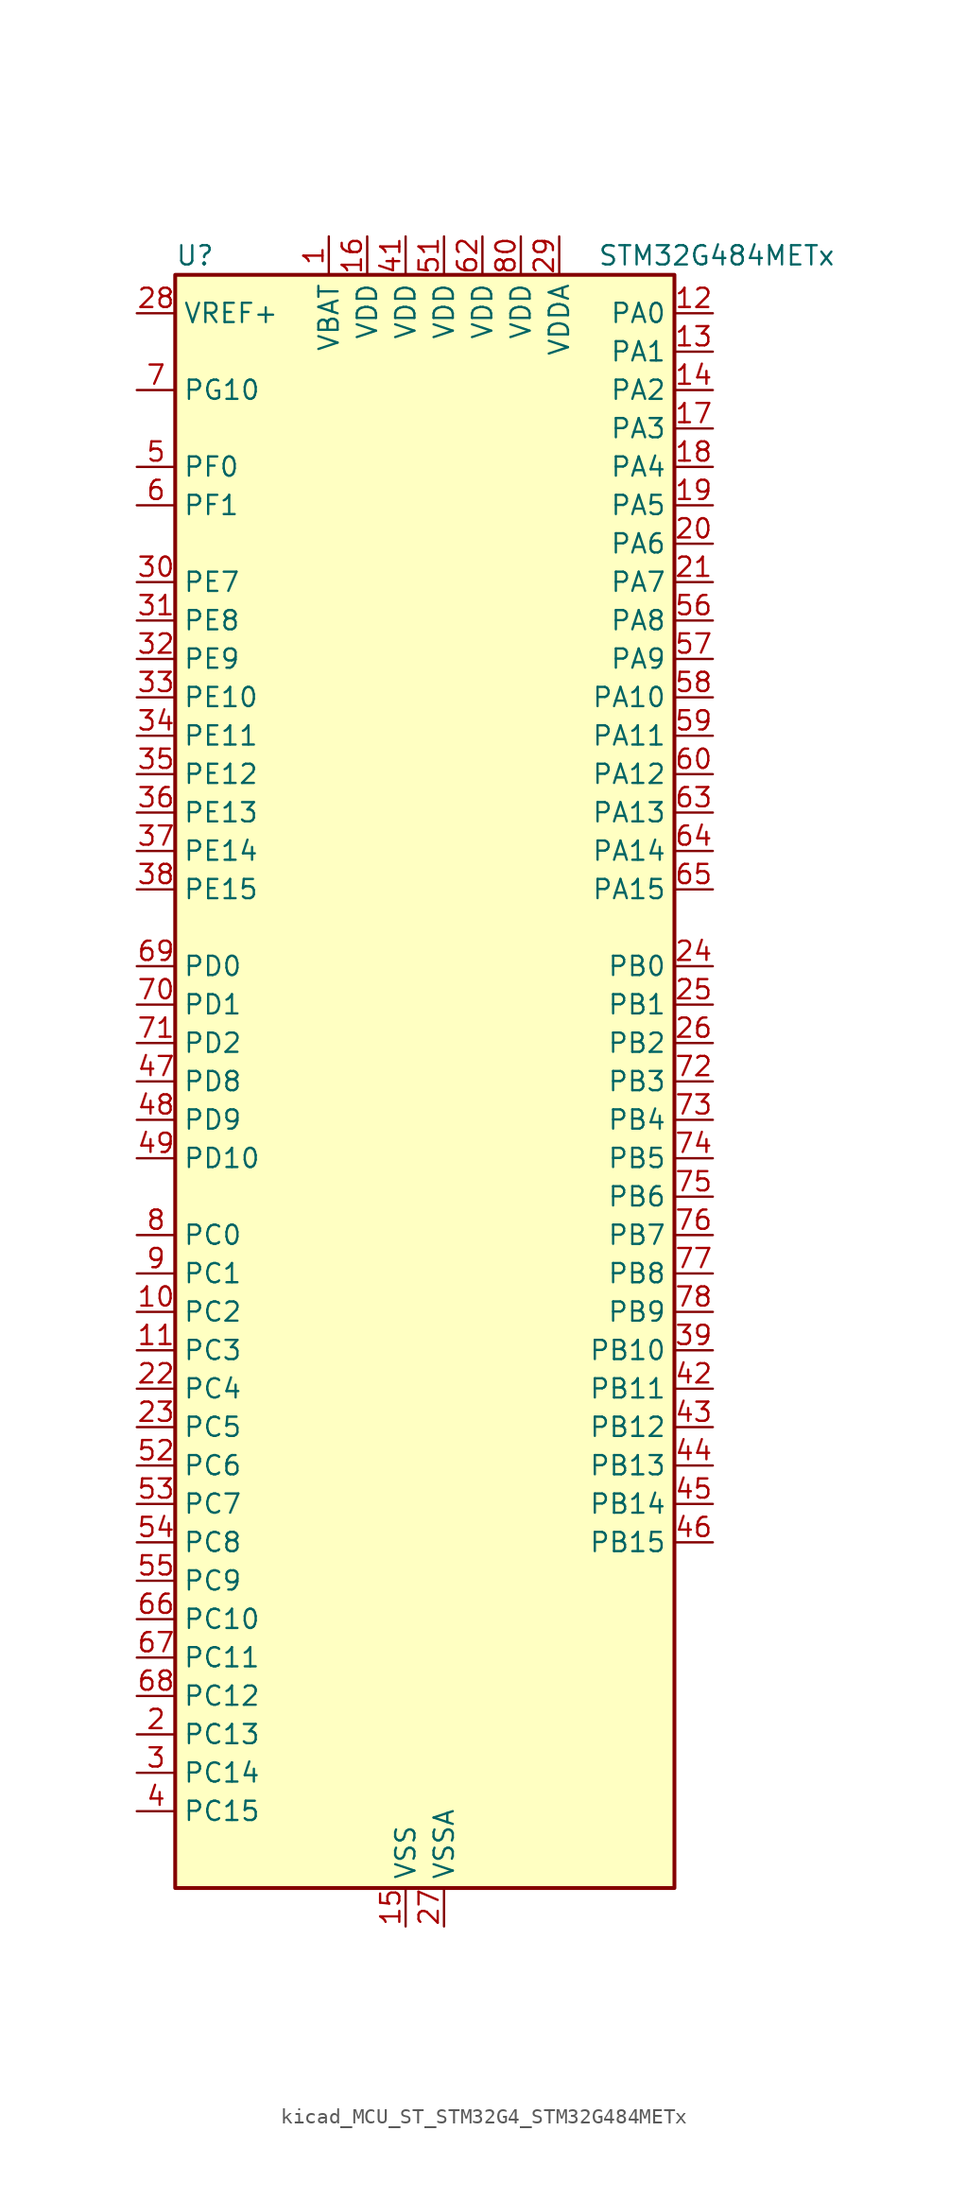
<source format=kicad_sym>
(kicad_symbol_lib
  (version 20220914)
  (generator kicad_symbol_editor)
  (symbol "kicad_MCU_ST_STM32G4_STM32G484METx"
    (property "Reference" "U"
      (at -15.24 54.61 0)
      (effects (font (size 1.27 1.27)) (justify left)))
    (property "Value" "STM32G484METx"
      (at 12.7 54.61 0)
      (effects (font (size 1.27 1.27)) (justify left)))
    (property "ki_locked" ""
      (at 0 0 0)
      (effects (font (size 1.27 1.27))))
    (symbol "kicad_MCU_ST_STM32G4_STM32G484METx_0_1"
      (rectangle (start -15.24 -53.34) (end 17.78 53.34) (stroke (width 0.254) (type default)) (fill (type background))))
    (symbol "kicad_MCU_ST_STM32G4_STM32G484METx_1_1"
      (pin power_in line (at -5.08 55.88 270) (length 2.54) (name "VBAT" (effects (font (size 1.27 1.27)))) (number "1" (effects (font (size 1.27 1.27)))))
      (pin bidirectional line (at -17.78 -15.24 0) (length 2.54) (name "PC2" (effects (font (size 1.27 1.27)))) (number "10" (effects (font (size 1.27 1.27)))) (alternate "ADC1_IN8" bidirectional line) (alternate "ADC2_IN8" bidirectional line) (alternate "ADC3_EXTI2" bidirectional line) (alternate "ADC4_EXTI2" bidirectional line) (alternate "ADC5_EXTI2" bidirectional line) (alternate "COMP3_OUT" bidirectional line) (alternate "LPTIM1_IN2" bidirectional line) (alternate "QUADSPI1_BK2_IO1" bidirectional line) (alternate "TIM1_CH3" bidirectional line) (alternate "TIM20_CH2" bidirectional line))
      (pin bidirectional line (at -17.78 -17.78 0) (length 2.54) (name "PC3" (effects (font (size 1.27 1.27)))) (number "11" (effects (font (size 1.27 1.27)))) (alternate "ADC1_IN9" bidirectional line) (alternate "ADC2_IN9" bidirectional line) (alternate "ADC3_EXTI3" bidirectional line) (alternate "ADC4_EXTI3" bidirectional line) (alternate "ADC5_EXTI3" bidirectional line) (alternate "LPTIM1_ETR" bidirectional line) (alternate "OPAMP5_VINP" bidirectional line) (alternate "OPAMP5_VINP_SEC" bidirectional line) (alternate "QUADSPI1_BK2_IO2" bidirectional line) (alternate "SAI1_D1" bidirectional line) (alternate "SAI1_SD_A" bidirectional line) (alternate "TIM1_BKIN2" bidirectional line) (alternate "TIM1_CH4" bidirectional line))
      (pin bidirectional line (at 20.32 50.8 180) (length 2.54) (name "PA0" (effects (font (size 1.27 1.27)))) (number "12" (effects (font (size 1.27 1.27)))) (alternate "ADC1_IN1" bidirectional line) (alternate "ADC2_IN1" bidirectional line) (alternate "COMP1_INM" bidirectional line) (alternate "COMP1_OUT" bidirectional line) (alternate "COMP3_INP" bidirectional line) (alternate "RTC_TAMP2" bidirectional line) (alternate "SYS_WKUP1" bidirectional line) (alternate "TIM2_CH1" bidirectional line) (alternate "TIM2_ETR" bidirectional line) (alternate "TIM5_CH1" bidirectional line) (alternate "TIM8_BKIN" bidirectional line) (alternate "TIM8_ETR" bidirectional line) (alternate "USART2_CTS" bidirectional line) (alternate "USART2_NSS" bidirectional line))
      (pin bidirectional line (at 20.32 48.26 180) (length 2.54) (name "PA1" (effects (font (size 1.27 1.27)))) (number "13" (effects (font (size 1.27 1.27)))) (alternate "ADC1_IN2" bidirectional line) (alternate "ADC2_IN2" bidirectional line) (alternate "COMP1_INP" bidirectional line) (alternate "OPAMP1_VINP" bidirectional line) (alternate "OPAMP1_VINP_SEC" bidirectional line) (alternate "OPAMP3_VINP" bidirectional line) (alternate "OPAMP3_VINP_SEC" bidirectional line) (alternate "OPAMP6_VINM" bidirectional line) (alternate "OPAMP6_VINM0" bidirectional line) (alternate "OPAMP6_VINM_SEC" bidirectional line) (alternate "RTC_REFIN" bidirectional line) (alternate "TIM15_CH1N" bidirectional line) (alternate "TIM2_CH2" bidirectional line) (alternate "TIM5_CH2" bidirectional line) (alternate "USART2_DE" bidirectional line) (alternate "USART2_RTS" bidirectional line))
      (pin bidirectional line (at 20.32 45.72 180) (length 2.54) (name "PA2" (effects (font (size 1.27 1.27)))) (number "14" (effects (font (size 1.27 1.27)))) (alternate "ADC1_IN3" bidirectional line) (alternate "ADC3_EXTI2" bidirectional line) (alternate "ADC4_EXTI2" bidirectional line) (alternate "ADC5_EXTI2" bidirectional line) (alternate "COMP2_INM" bidirectional line) (alternate "COMP2_OUT" bidirectional line) (alternate "LPUART1_TX" bidirectional line) (alternate "OPAMP1_VOUT" bidirectional line) (alternate "QUADSPI1_BK1_NCS" bidirectional line) (alternate "RCC_LSCO" bidirectional line) (alternate "SYS_WKUP4" bidirectional line) (alternate "TIM15_CH1" bidirectional line) (alternate "TIM2_CH3" bidirectional line) (alternate "TIM5_CH3" bidirectional line) (alternate "UCPD1_FRSTX1" bidirectional line) (alternate "UCPD1_FRSTX2" bidirectional line) (alternate "USART2_TX" bidirectional line))
      (pin power_in line (at 0 -55.88 90) (length 2.54) (name "VSS" (effects (font (size 1.27 1.27)))) (number "15" (effects (font (size 1.27 1.27)))))
      (pin power_in line (at -2.54 55.88 270) (length 2.54) (name "VDD" (effects (font (size 1.27 1.27)))) (number "16" (effects (font (size 1.27 1.27)))))
      (pin bidirectional line (at 20.32 43.18 180) (length 2.54) (name "PA3" (effects (font (size 1.27 1.27)))) (number "17" (effects (font (size 1.27 1.27)))) (alternate "ADC1_IN4" bidirectional line) (alternate "ADC3_EXTI3" bidirectional line) (alternate "ADC4_EXTI3" bidirectional line) (alternate "ADC5_EXTI3" bidirectional line) (alternate "COMP2_INP" bidirectional line) (alternate "LPUART1_RX" bidirectional line) (alternate "OPAMP1_VINM" bidirectional line) (alternate "OPAMP1_VINM0" bidirectional line) (alternate "OPAMP1_VINM_SEC" bidirectional line) (alternate "OPAMP1_VINP" bidirectional line) (alternate "OPAMP1_VINP_SEC" bidirectional line) (alternate "OPAMP5_VINM" bidirectional line) (alternate "OPAMP5_VINM1" bidirectional line) (alternate "OPAMP5_VINM_SEC" bidirectional line) (alternate "QUADSPI1_CLK" bidirectional line) (alternate "SAI1_CK1" bidirectional line) (alternate "SAI1_MCLK_A" bidirectional line) (alternate "TIM15_CH2" bidirectional line) (alternate "TIM2_CH4" bidirectional line) (alternate "TIM5_CH4" bidirectional line) (alternate "USART2_RX" bidirectional line))
      (pin bidirectional line (at 20.32 40.64 180) (length 2.54) (name "PA4" (effects (font (size 1.27 1.27)))) (number "18" (effects (font (size 1.27 1.27)))) (alternate "ADC2_IN17" bidirectional line) (alternate "COMP1_INM" bidirectional line) (alternate "DAC1_OUT1" bidirectional line) (alternate "I2S3_WS" bidirectional line) (alternate "SAI1_FS_B" bidirectional line) (alternate "SPI1_NSS" bidirectional line) (alternate "SPI3_NSS" bidirectional line) (alternate "TIM3_CH2" bidirectional line) (alternate "USART2_CK" bidirectional line))
      (pin bidirectional line (at 20.32 38.1 180) (length 2.54) (name "PA5" (effects (font (size 1.27 1.27)))) (number "19" (effects (font (size 1.27 1.27)))) (alternate "ADC2_IN13" bidirectional line) (alternate "COMP2_INM" bidirectional line) (alternate "DAC1_OUT2" bidirectional line) (alternate "OPAMP2_VINM" bidirectional line) (alternate "OPAMP2_VINM0" bidirectional line) (alternate "OPAMP2_VINM_SEC" bidirectional line) (alternate "SPI1_SCK" bidirectional line) (alternate "TIM2_CH1" bidirectional line) (alternate "TIM2_ETR" bidirectional line) (alternate "UCPD1_FRSTX1" bidirectional line) (alternate "UCPD1_FRSTX2" bidirectional line))
      (pin bidirectional line (at -17.78 -43.18 0) (length 2.54) (name "PC13" (effects (font (size 1.27 1.27)))) (number "2" (effects (font (size 1.27 1.27)))) (alternate "RTC_OUT1" bidirectional line) (alternate "RTC_TAMP1" bidirectional line) (alternate "RTC_TS" bidirectional line) (alternate "SYS_WKUP2" bidirectional line) (alternate "TIM1_BKIN" bidirectional line) (alternate "TIM1_CH1N" bidirectional line) (alternate "TIM8_CH4N" bidirectional line))
      (pin bidirectional line (at 20.32 35.56 180) (length 2.54) (name "PA6" (effects (font (size 1.27 1.27)))) (number "20" (effects (font (size 1.27 1.27)))) (alternate "ADC2_IN3" bidirectional line) (alternate "COMP1_OUT" bidirectional line) (alternate "DAC2_OUT1" bidirectional line) (alternate "LPUART1_CTS" bidirectional line) (alternate "OPAMP2_VOUT" bidirectional line) (alternate "QUADSPI1_BK1_IO3" bidirectional line) (alternate "SPI1_MISO" bidirectional line) (alternate "TIM16_CH1" bidirectional line) (alternate "TIM1_BKIN" bidirectional line) (alternate "TIM3_CH1" bidirectional line) (alternate "TIM8_BKIN" bidirectional line))
      (pin bidirectional line (at 20.32 33.02 180) (length 2.54) (name "PA7" (effects (font (size 1.27 1.27)))) (number "21" (effects (font (size 1.27 1.27)))) (alternate "ADC2_IN4" bidirectional line) (alternate "COMP2_INP" bidirectional line) (alternate "COMP2_OUT" bidirectional line) (alternate "OPAMP1_VINP" bidirectional line) (alternate "OPAMP1_VINP_SEC" bidirectional line) (alternate "OPAMP2_VINP" bidirectional line) (alternate "OPAMP2_VINP_SEC" bidirectional line) (alternate "QUADSPI1_BK1_IO2" bidirectional line) (alternate "SPI1_MOSI" bidirectional line) (alternate "TIM17_CH1" bidirectional line) (alternate "TIM1_CH1N" bidirectional line) (alternate "TIM3_CH2" bidirectional line) (alternate "TIM8_CH1N" bidirectional line) (alternate "UCPD1_FRSTX1" bidirectional line) (alternate "UCPD1_FRSTX2" bidirectional line))
      (pin bidirectional line (at -17.78 -20.32 0) (length 2.54) (name "PC4" (effects (font (size 1.27 1.27)))) (number "22" (effects (font (size 1.27 1.27)))) (alternate "ADC2_IN5" bidirectional line) (alternate "I2C2_SCL" bidirectional line) (alternate "QUADSPI1_BK2_IO3" bidirectional line) (alternate "TIM1_ETR" bidirectional line) (alternate "USART1_TX" bidirectional line))
      (pin bidirectional line (at -17.78 -22.86 0) (length 2.54) (name "PC5" (effects (font (size 1.27 1.27)))) (number "23" (effects (font (size 1.27 1.27)))) (alternate "ADC2_IN11" bidirectional line) (alternate "HRTIM1_EEV10" bidirectional line) (alternate "OPAMP1_VINM" bidirectional line) (alternate "OPAMP1_VINM1" bidirectional line) (alternate "OPAMP1_VINM_SEC" bidirectional line) (alternate "OPAMP2_VINM" bidirectional line) (alternate "OPAMP2_VINM1" bidirectional line) (alternate "OPAMP2_VINM_SEC" bidirectional line) (alternate "SAI1_D3" bidirectional line) (alternate "SYS_WKUP5" bidirectional line) (alternate "TIM15_BKIN" bidirectional line) (alternate "TIM1_CH4N" bidirectional line) (alternate "USART1_RX" bidirectional line))
      (pin bidirectional line (at 20.32 7.62 180) (length 2.54) (name "PB0" (effects (font (size 1.27 1.27)))) (number "24" (effects (font (size 1.27 1.27)))) (alternate "ADC1_IN15" bidirectional line) (alternate "ADC3_IN12" bidirectional line) (alternate "COMP4_INP" bidirectional line) (alternate "HRTIM1_FLT5" bidirectional line) (alternate "OPAMP2_VINP" bidirectional line) (alternate "OPAMP2_VINP_SEC" bidirectional line) (alternate "OPAMP3_VINP" bidirectional line) (alternate "OPAMP3_VINP_SEC" bidirectional line) (alternate "QUADSPI1_BK1_IO1" bidirectional line) (alternate "TIM1_CH2N" bidirectional line) (alternate "TIM3_CH3" bidirectional line) (alternate "TIM8_CH2N" bidirectional line) (alternate "UCPD1_FRSTX1" bidirectional line) (alternate "UCPD1_FRSTX2" bidirectional line))
      (pin bidirectional line (at 20.32 5.08 180) (length 2.54) (name "PB1" (effects (font (size 1.27 1.27)))) (number "25" (effects (font (size 1.27 1.27)))) (alternate "ADC1_IN12" bidirectional line) (alternate "ADC3_IN1" bidirectional line) (alternate "COMP1_INP" bidirectional line) (alternate "COMP4_OUT" bidirectional line) (alternate "HRTIM1_SCOUT" bidirectional line) (alternate "LPUART1_DE" bidirectional line) (alternate "LPUART1_RTS" bidirectional line) (alternate "OPAMP3_VOUT" bidirectional line) (alternate "OPAMP6_VINM" bidirectional line) (alternate "OPAMP6_VINM1" bidirectional line) (alternate "OPAMP6_VINM_SEC" bidirectional line) (alternate "QUADSPI1_BK1_IO0" bidirectional line) (alternate "TIM1_CH3N" bidirectional line) (alternate "TIM3_CH4" bidirectional line) (alternate "TIM8_CH3N" bidirectional line))
      (pin bidirectional line (at 20.32 2.54 180) (length 2.54) (name "PB2" (effects (font (size 1.27 1.27)))) (number "26" (effects (font (size 1.27 1.27)))) (alternate "ADC2_IN12" bidirectional line) (alternate "ADC3_EXTI2" bidirectional line) (alternate "ADC4_EXTI2" bidirectional line) (alternate "ADC5_EXTI2" bidirectional line) (alternate "COMP4_INM" bidirectional line) (alternate "HRTIM1_SCIN" bidirectional line) (alternate "I2C3_SMBA" bidirectional line) (alternate "LPTIM1_OUT" bidirectional line) (alternate "OPAMP3_VINM" bidirectional line) (alternate "OPAMP3_VINM0" bidirectional line) (alternate "OPAMP3_VINM_SEC" bidirectional line) (alternate "QUADSPI1_BK2_IO1" bidirectional line) (alternate "RTC_OUT2" bidirectional line) (alternate "TIM20_CH1" bidirectional line) (alternate "TIM5_CH1" bidirectional line))
      (pin power_in line (at 2.54 -55.88 90) (length 2.54) (name "VSSA" (effects (font (size 1.27 1.27)))) (number "27" (effects (font (size 1.27 1.27)))))
      (pin input line (at -17.78 50.8 0) (length 2.54) (name "VREF+" (effects (font (size 1.27 1.27)))) (number "28" (effects (font (size 1.27 1.27)))) (alternate "VREFBUF_OUT" bidirectional line))
      (pin power_in line (at 10.16 55.88 270) (length 2.54) (name "VDDA" (effects (font (size 1.27 1.27)))) (number "29" (effects (font (size 1.27 1.27)))))
      (pin bidirectional line (at -17.78 -45.72 0) (length 2.54) (name "PC14" (effects (font (size 1.27 1.27)))) (number "3" (effects (font (size 1.27 1.27)))) (alternate "RCC_OSC32_IN" bidirectional line))
      (pin bidirectional line (at -17.78 33.02 0) (length 2.54) (name "PE7" (effects (font (size 1.27 1.27)))) (number "30" (effects (font (size 1.27 1.27)))) (alternate "ADC3_IN4" bidirectional line) (alternate "COMP4_INP" bidirectional line) (alternate "SAI1_SD_B" bidirectional line) (alternate "TIM1_ETR" bidirectional line))
      (pin bidirectional line (at -17.78 30.48 0) (length 2.54) (name "PE8" (effects (font (size 1.27 1.27)))) (number "31" (effects (font (size 1.27 1.27)))) (alternate "ADC3_IN6" bidirectional line) (alternate "ADC4_IN6" bidirectional line) (alternate "ADC5_IN6" bidirectional line) (alternate "COMP4_INM" bidirectional line) (alternate "SAI1_SCK_B" bidirectional line) (alternate "TIM1_CH1N" bidirectional line) (alternate "TIM5_CH3" bidirectional line))
      (pin bidirectional line (at -17.78 27.94 0) (length 2.54) (name "PE9" (effects (font (size 1.27 1.27)))) (number "32" (effects (font (size 1.27 1.27)))) (alternate "ADC3_IN2" bidirectional line) (alternate "DAC1_EXTI9" bidirectional line) (alternate "DAC2_EXTI9" bidirectional line) (alternate "DAC3_EXTI9" bidirectional line) (alternate "DAC4_EXTI9" bidirectional line) (alternate "SAI1_FS_B" bidirectional line) (alternate "TIM1_CH1" bidirectional line) (alternate "TIM5_CH4" bidirectional line))
      (pin bidirectional line (at -17.78 25.4 0) (length 2.54) (name "PE10" (effects (font (size 1.27 1.27)))) (number "33" (effects (font (size 1.27 1.27)))) (alternate "ADC3_IN14" bidirectional line) (alternate "ADC4_IN14" bidirectional line) (alternate "ADC5_IN14" bidirectional line) (alternate "DAC1_EXTI10" bidirectional line) (alternate "DAC2_EXTI10" bidirectional line) (alternate "DAC3_EXTI10" bidirectional line) (alternate "DAC4_EXTI10" bidirectional line) (alternate "QUADSPI1_CLK" bidirectional line) (alternate "SAI1_MCLK_B" bidirectional line) (alternate "TIM1_CH2N" bidirectional line))
      (pin bidirectional line (at -17.78 22.86 0) (length 2.54) (name "PE11" (effects (font (size 1.27 1.27)))) (number "34" (effects (font (size 1.27 1.27)))) (alternate "ADC1_EXTI11" bidirectional line) (alternate "ADC2_EXTI11" bidirectional line) (alternate "ADC3_IN15" bidirectional line) (alternate "ADC4_IN15" bidirectional line) (alternate "ADC5_IN15" bidirectional line) (alternate "QUADSPI1_BK1_NCS" bidirectional line) (alternate "SPI4_NSS" bidirectional line) (alternate "TIM1_CH2" bidirectional line))
      (pin bidirectional line (at -17.78 20.32 0) (length 2.54) (name "PE12" (effects (font (size 1.27 1.27)))) (number "35" (effects (font (size 1.27 1.27)))) (alternate "ADC3_IN16" bidirectional line) (alternate "ADC4_IN16" bidirectional line) (alternate "ADC5_IN16" bidirectional line) (alternate "QUADSPI1_BK1_IO0" bidirectional line) (alternate "SPI4_SCK" bidirectional line) (alternate "TIM1_CH3N" bidirectional line))
      (pin bidirectional line (at -17.78 17.78 0) (length 2.54) (name "PE13" (effects (font (size 1.27 1.27)))) (number "36" (effects (font (size 1.27 1.27)))) (alternate "ADC3_IN3" bidirectional line) (alternate "QUADSPI1_BK1_IO1" bidirectional line) (alternate "SPI4_MISO" bidirectional line) (alternate "TIM1_CH3" bidirectional line))
      (pin bidirectional line (at -17.78 15.24 0) (length 2.54) (name "PE14" (effects (font (size 1.27 1.27)))) (number "37" (effects (font (size 1.27 1.27)))) (alternate "ADC4_IN1" bidirectional line) (alternate "QUADSPI1_BK1_IO2" bidirectional line) (alternate "SPI4_MOSI" bidirectional line) (alternate "TIM1_BKIN2" bidirectional line) (alternate "TIM1_CH4" bidirectional line))
      (pin bidirectional line (at -17.78 12.7 0) (length 2.54) (name "PE15" (effects (font (size 1.27 1.27)))) (number "38" (effects (font (size 1.27 1.27)))) (alternate "ADC1_EXTI15" bidirectional line) (alternate "ADC2_EXTI15" bidirectional line) (alternate "ADC4_IN2" bidirectional line) (alternate "QUADSPI1_BK1_IO3" bidirectional line) (alternate "TIM1_BKIN" bidirectional line) (alternate "TIM1_CH4N" bidirectional line) (alternate "USART3_RX" bidirectional line))
      (pin bidirectional line (at 20.32 -17.78 180) (length 2.54) (name "PB10" (effects (font (size 1.27 1.27)))) (number "39" (effects (font (size 1.27 1.27)))) (alternate "COMP5_INM" bidirectional line) (alternate "DAC1_EXTI10" bidirectional line) (alternate "DAC2_EXTI10" bidirectional line) (alternate "DAC3_EXTI10" bidirectional line) (alternate "DAC4_EXTI10" bidirectional line) (alternate "HRTIM1_FLT3" bidirectional line) (alternate "LPUART1_RX" bidirectional line) (alternate "OPAMP3_VINM" bidirectional line) (alternate "OPAMP3_VINM1" bidirectional line) (alternate "OPAMP3_VINM_SEC" bidirectional line) (alternate "OPAMP4_VINM" bidirectional line) (alternate "OPAMP4_VINM0" bidirectional line) (alternate "OPAMP4_VINM_SEC" bidirectional line) (alternate "QUADSPI1_CLK" bidirectional line) (alternate "SAI1_SCK_A" bidirectional line) (alternate "TIM1_BKIN" bidirectional line) (alternate "TIM2_CH3" bidirectional line) (alternate "USART3_TX" bidirectional line))
      (pin bidirectional line (at -17.78 -48.26 0) (length 2.54) (name "PC15" (effects (font (size 1.27 1.27)))) (number "4" (effects (font (size 1.27 1.27)))) (alternate "ADC1_EXTI15" bidirectional line) (alternate "ADC2_EXTI15" bidirectional line) (alternate "RCC_OSC32_OUT" bidirectional line))
      (pin passive line (at 0 -55.88 90) (length 2.54) hide (name "VSS" (effects (font (size 1.27 1.27)))) (number "40" (effects (font (size 1.27 1.27)))))
      (pin power_in line (at 0 55.88 270) (length 2.54) (name "VDD" (effects (font (size 1.27 1.27)))) (number "41" (effects (font (size 1.27 1.27)))))
      (pin bidirectional line (at 20.32 -20.32 180) (length 2.54) (name "PB11" (effects (font (size 1.27 1.27)))) (number "42" (effects (font (size 1.27 1.27)))) (alternate "ADC1_EXTI11" bidirectional line) (alternate "ADC1_IN14" bidirectional line) (alternate "ADC2_EXTI11" bidirectional line) (alternate "ADC2_IN14" bidirectional line) (alternate "COMP6_INP" bidirectional line) (alternate "HRTIM1_FLT4" bidirectional line) (alternate "LPUART1_TX" bidirectional line) (alternate "OPAMP4_VINP" bidirectional line) (alternate "OPAMP4_VINP_SEC" bidirectional line) (alternate "OPAMP6_VOUT" bidirectional line) (alternate "QUADSPI1_BK1_NCS" bidirectional line) (alternate "TIM2_CH4" bidirectional line) (alternate "USART3_RX" bidirectional line))
      (pin bidirectional line (at 20.32 -22.86 180) (length 2.54) (name "PB12" (effects (font (size 1.27 1.27)))) (number "43" (effects (font (size 1.27 1.27)))) (alternate "ADC1_IN11" bidirectional line) (alternate "ADC4_IN3" bidirectional line) (alternate "COMP7_INM" bidirectional line) (alternate "FDCAN2_RX" bidirectional line) (alternate "HRTIM1_CHC1" bidirectional line) (alternate "I2C2_SMBA" bidirectional line) (alternate "I2S2_WS" bidirectional line) (alternate "LPUART1_DE" bidirectional line) (alternate "LPUART1_RTS" bidirectional line) (alternate "OPAMP4_VOUT" bidirectional line) (alternate "OPAMP6_VINP" bidirectional line) (alternate "OPAMP6_VINP_SEC" bidirectional line) (alternate "SPI2_NSS" bidirectional line) (alternate "TIM1_BKIN" bidirectional line) (alternate "TIM5_ETR" bidirectional line) (alternate "USART3_CK" bidirectional line))
      (pin bidirectional line (at 20.32 -25.4 180) (length 2.54) (name "PB13" (effects (font (size 1.27 1.27)))) (number "44" (effects (font (size 1.27 1.27)))) (alternate "ADC3_IN5" bidirectional line) (alternate "COMP5_INP" bidirectional line) (alternate "FDCAN2_TX" bidirectional line) (alternate "HRTIM1_CHC2" bidirectional line) (alternate "I2S2_CK" bidirectional line) (alternate "LPUART1_CTS" bidirectional line) (alternate "OPAMP3_VINP" bidirectional line) (alternate "OPAMP3_VINP_SEC" bidirectional line) (alternate "OPAMP4_VINP" bidirectional line) (alternate "OPAMP4_VINP_SEC" bidirectional line) (alternate "OPAMP6_VINP" bidirectional line) (alternate "OPAMP6_VINP_SEC" bidirectional line) (alternate "SPI2_SCK" bidirectional line) (alternate "TIM1_CH1N" bidirectional line) (alternate "USART3_CTS" bidirectional line) (alternate "USART3_NSS" bidirectional line))
      (pin bidirectional line (at 20.32 -27.94 180) (length 2.54) (name "PB14" (effects (font (size 1.27 1.27)))) (number "45" (effects (font (size 1.27 1.27)))) (alternate "ADC1_IN5" bidirectional line) (alternate "ADC4_IN4" bidirectional line) (alternate "COMP4_OUT" bidirectional line) (alternate "COMP7_INP" bidirectional line) (alternate "HRTIM1_CHD1" bidirectional line) (alternate "OPAMP2_VINP" bidirectional line) (alternate "OPAMP2_VINP_SEC" bidirectional line) (alternate "OPAMP5_VINP" bidirectional line) (alternate "OPAMP5_VINP_SEC" bidirectional line) (alternate "SPI2_MISO" bidirectional line) (alternate "TIM15_CH1" bidirectional line) (alternate "TIM1_CH2N" bidirectional line) (alternate "USART3_DE" bidirectional line) (alternate "USART3_RTS" bidirectional line))
      (pin bidirectional line (at 20.32 -30.48 180) (length 2.54) (name "PB15" (effects (font (size 1.27 1.27)))) (number "46" (effects (font (size 1.27 1.27)))) (alternate "ADC1_EXTI15" bidirectional line) (alternate "ADC2_EXTI15" bidirectional line) (alternate "ADC2_IN15" bidirectional line) (alternate "ADC4_IN5" bidirectional line) (alternate "COMP3_OUT" bidirectional line) (alternate "COMP6_INM" bidirectional line) (alternate "HRTIM1_CHD2" bidirectional line) (alternate "I2S2_SD" bidirectional line) (alternate "OPAMP5_VINM" bidirectional line) (alternate "OPAMP5_VINM0" bidirectional line) (alternate "OPAMP5_VINM_SEC" bidirectional line) (alternate "RTC_REFIN" bidirectional line) (alternate "SPI2_MOSI" bidirectional line) (alternate "TIM15_CH1N" bidirectional line) (alternate "TIM15_CH2" bidirectional line) (alternate "TIM1_CH3N" bidirectional line))
      (pin bidirectional line (at -17.78 0 0) (length 2.54) (name "PD8" (effects (font (size 1.27 1.27)))) (number "47" (effects (font (size 1.27 1.27)))) (alternate "ADC4_IN12" bidirectional line) (alternate "ADC5_IN12" bidirectional line) (alternate "OPAMP4_VINM" bidirectional line) (alternate "OPAMP4_VINM1" bidirectional line) (alternate "OPAMP4_VINM_SEC" bidirectional line) (alternate "USART3_TX" bidirectional line))
      (pin bidirectional line (at -17.78 -2.54 0) (length 2.54) (name "PD9" (effects (font (size 1.27 1.27)))) (number "48" (effects (font (size 1.27 1.27)))) (alternate "ADC4_IN13" bidirectional line) (alternate "ADC5_IN13" bidirectional line) (alternate "DAC1_EXTI9" bidirectional line) (alternate "DAC2_EXTI9" bidirectional line) (alternate "DAC3_EXTI9" bidirectional line) (alternate "DAC4_EXTI9" bidirectional line) (alternate "OPAMP6_VINP" bidirectional line) (alternate "OPAMP6_VINP_SEC" bidirectional line) (alternate "USART3_RX" bidirectional line))
      (pin bidirectional line (at -17.78 -5.08 0) (length 2.54) (name "PD10" (effects (font (size 1.27 1.27)))) (number "49" (effects (font (size 1.27 1.27)))) (alternate "ADC3_IN7" bidirectional line) (alternate "ADC4_IN7" bidirectional line) (alternate "ADC5_IN7" bidirectional line) (alternate "COMP6_INM" bidirectional line) (alternate "DAC1_EXTI10" bidirectional line) (alternate "DAC2_EXTI10" bidirectional line) (alternate "DAC3_EXTI10" bidirectional line) (alternate "DAC4_EXTI10" bidirectional line) (alternate "USART3_CK" bidirectional line))
      (pin bidirectional line (at -17.78 40.64 0) (length 2.54) (name "PF0" (effects (font (size 1.27 1.27)))) (number "5" (effects (font (size 1.27 1.27)))) (alternate "ADC1_IN10" bidirectional line) (alternate "I2C2_SDA" bidirectional line) (alternate "I2S2_WS" bidirectional line) (alternate "RCC_OSC_IN" bidirectional line) (alternate "SPI2_NSS" bidirectional line) (alternate "TIM1_CH3N" bidirectional line))
      (pin passive line (at 0 -55.88 90) (length 2.54) hide (name "VSS" (effects (font (size 1.27 1.27)))) (number "50" (effects (font (size 1.27 1.27)))))
      (pin power_in line (at 2.54 55.88 270) (length 2.54) (name "VDD" (effects (font (size 1.27 1.27)))) (number "51" (effects (font (size 1.27 1.27)))))
      (pin bidirectional line (at -17.78 -25.4 0) (length 2.54) (name "PC6" (effects (font (size 1.27 1.27)))) (number "52" (effects (font (size 1.27 1.27)))) (alternate "COMP6_OUT" bidirectional line) (alternate "HRTIM1_CHF1" bidirectional line) (alternate "HRTIM1_EEV10" bidirectional line) (alternate "I2C4_SCL" bidirectional line) (alternate "I2S2_MCK" bidirectional line) (alternate "TIM3_CH1" bidirectional line) (alternate "TIM8_CH1" bidirectional line))
      (pin bidirectional line (at -17.78 -27.94 0) (length 2.54) (name "PC7" (effects (font (size 1.27 1.27)))) (number "53" (effects (font (size 1.27 1.27)))) (alternate "COMP5_OUT" bidirectional line) (alternate "HRTIM1_CHF2" bidirectional line) (alternate "HRTIM1_FLT5" bidirectional line) (alternate "I2C4_SDA" bidirectional line) (alternate "I2S3_MCK" bidirectional line) (alternate "TIM3_CH2" bidirectional line) (alternate "TIM8_CH2" bidirectional line))
      (pin bidirectional line (at -17.78 -30.48 0) (length 2.54) (name "PC8" (effects (font (size 1.27 1.27)))) (number "54" (effects (font (size 1.27 1.27)))) (alternate "COMP7_OUT" bidirectional line) (alternate "HRTIM1_CHE1" bidirectional line) (alternate "I2C3_SCL" bidirectional line) (alternate "TIM20_CH3" bidirectional line) (alternate "TIM3_CH3" bidirectional line) (alternate "TIM8_CH3" bidirectional line))
      (pin bidirectional line (at -17.78 -33.02 0) (length 2.54) (name "PC9" (effects (font (size 1.27 1.27)))) (number "55" (effects (font (size 1.27 1.27)))) (alternate "DAC1_EXTI9" bidirectional line) (alternate "DAC2_EXTI9" bidirectional line) (alternate "DAC3_EXTI9" bidirectional line) (alternate "DAC4_EXTI9" bidirectional line) (alternate "HRTIM1_CHE2" bidirectional line) (alternate "I2C3_SDA" bidirectional line) (alternate "I2S_CKIN" bidirectional line) (alternate "TIM3_CH4" bidirectional line) (alternate "TIM8_BKIN2" bidirectional line) (alternate "TIM8_CH4" bidirectional line))
      (pin bidirectional line (at 20.32 30.48 180) (length 2.54) (name "PA8" (effects (font (size 1.27 1.27)))) (number "56" (effects (font (size 1.27 1.27)))) (alternate "ADC5_IN1" bidirectional line) (alternate "COMP7_OUT" bidirectional line) (alternate "FDCAN3_RX" bidirectional line) (alternate "HRTIM1_CHA1" bidirectional line) (alternate "I2C2_SDA" bidirectional line) (alternate "I2C3_SCL" bidirectional line) (alternate "I2S2_MCK" bidirectional line) (alternate "OPAMP5_VOUT" bidirectional line) (alternate "RCC_MCO" bidirectional line) (alternate "SAI1_CK2" bidirectional line) (alternate "SAI1_SCK_A" bidirectional line) (alternate "TIM1_CH1" bidirectional line) (alternate "TIM4_ETR" bidirectional line) (alternate "USART1_CK" bidirectional line))
      (pin bidirectional line (at 20.32 27.94 180) (length 2.54) (name "PA9" (effects (font (size 1.27 1.27)))) (number "57" (effects (font (size 1.27 1.27)))) (alternate "ADC5_IN2" bidirectional line) (alternate "COMP5_OUT" bidirectional line) (alternate "DAC1_EXTI9" bidirectional line) (alternate "DAC2_EXTI9" bidirectional line) (alternate "DAC3_EXTI9" bidirectional line) (alternate "DAC4_EXTI9" bidirectional line) (alternate "HRTIM1_CHA2" bidirectional line) (alternate "I2C2_SCL" bidirectional line) (alternate "I2C3_SMBA" bidirectional line) (alternate "I2S3_MCK" bidirectional line) (alternate "SAI1_FS_A" bidirectional line) (alternate "TIM15_BKIN" bidirectional line) (alternate "TIM1_CH2" bidirectional line) (alternate "TIM2_CH3" bidirectional line) (alternate "UCPD1_DBCC1" bidirectional line) (alternate "USART1_TX" bidirectional line))
      (pin bidirectional line (at 20.32 25.4 180) (length 2.54) (name "PA10" (effects (font (size 1.27 1.27)))) (number "58" (effects (font (size 1.27 1.27)))) (alternate "COMP6_OUT" bidirectional line) (alternate "CRS_SYNC" bidirectional line) (alternate "DAC1_EXTI10" bidirectional line) (alternate "DAC2_EXTI10" bidirectional line) (alternate "DAC3_EXTI10" bidirectional line) (alternate "DAC4_EXTI10" bidirectional line) (alternate "HRTIM1_CHB1" bidirectional line) (alternate "I2C2_SMBA" bidirectional line) (alternate "SAI1_D1" bidirectional line) (alternate "SAI1_SD_A" bidirectional line) (alternate "SPI2_MISO" bidirectional line) (alternate "TIM17_BKIN" bidirectional line) (alternate "TIM1_CH3" bidirectional line) (alternate "TIM2_CH4" bidirectional line) (alternate "TIM8_BKIN" bidirectional line) (alternate "UCPD1_DBCC2" bidirectional line) (alternate "USART1_RX" bidirectional line))
      (pin bidirectional line (at 20.32 22.86 180) (length 2.54) (name "PA11" (effects (font (size 1.27 1.27)))) (number "59" (effects (font (size 1.27 1.27)))) (alternate "ADC1_EXTI11" bidirectional line) (alternate "ADC2_EXTI11" bidirectional line) (alternate "COMP1_OUT" bidirectional line) (alternate "FDCAN1_RX" bidirectional line) (alternate "HRTIM1_CHB2" bidirectional line) (alternate "I2S2_SD" bidirectional line) (alternate "SPI2_MOSI" bidirectional line) (alternate "TIM1_BKIN2" bidirectional line) (alternate "TIM1_CH1N" bidirectional line) (alternate "TIM1_CH4" bidirectional line) (alternate "TIM4_CH1" bidirectional line) (alternate "USART1_CTS" bidirectional line) (alternate "USART1_NSS" bidirectional line) (alternate "USB_DM" bidirectional line))
      (pin bidirectional line (at -17.78 38.1 0) (length 2.54) (name "PF1" (effects (font (size 1.27 1.27)))) (number "6" (effects (font (size 1.27 1.27)))) (alternate "ADC2_IN10" bidirectional line) (alternate "COMP3_INM" bidirectional line) (alternate "I2S2_CK" bidirectional line) (alternate "RCC_OSC_OUT" bidirectional line) (alternate "SPI2_SCK" bidirectional line))
      (pin bidirectional line (at 20.32 20.32 180) (length 2.54) (name "PA12" (effects (font (size 1.27 1.27)))) (number "60" (effects (font (size 1.27 1.27)))) (alternate "COMP2_OUT" bidirectional line) (alternate "FDCAN1_TX" bidirectional line) (alternate "HRTIM1_FLT1" bidirectional line) (alternate "I2S_CKIN" bidirectional line) (alternate "TIM16_CH1" bidirectional line) (alternate "TIM1_CH2N" bidirectional line) (alternate "TIM1_ETR" bidirectional line) (alternate "TIM4_CH2" bidirectional line) (alternate "USART1_DE" bidirectional line) (alternate "USART1_RTS" bidirectional line) (alternate "USB_DP" bidirectional line))
      (pin passive line (at 0 -55.88 90) (length 2.54) hide (name "VSS" (effects (font (size 1.27 1.27)))) (number "61" (effects (font (size 1.27 1.27)))))
      (pin power_in line (at 5.08 55.88 270) (length 2.54) (name "VDD" (effects (font (size 1.27 1.27)))) (number "62" (effects (font (size 1.27 1.27)))))
      (pin bidirectional line (at 20.32 17.78 180) (length 2.54) (name "PA13" (effects (font (size 1.27 1.27)))) (number "63" (effects (font (size 1.27 1.27)))) (alternate "I2C1_SCL" bidirectional line) (alternate "I2C4_SCL" bidirectional line) (alternate "IR_OUT" bidirectional line) (alternate "SAI1_SD_B" bidirectional line) (alternate "SYS_JTMS-SWDIO" bidirectional line) (alternate "TIM16_CH1N" bidirectional line) (alternate "TIM4_CH3" bidirectional line) (alternate "USART3_CTS" bidirectional line) (alternate "USART3_NSS" bidirectional line))
      (pin bidirectional line (at 20.32 15.24 180) (length 2.54) (name "PA14" (effects (font (size 1.27 1.27)))) (number "64" (effects (font (size 1.27 1.27)))) (alternate "I2C1_SDA" bidirectional line) (alternate "I2C4_SMBA" bidirectional line) (alternate "LPTIM1_OUT" bidirectional line) (alternate "SAI1_FS_B" bidirectional line) (alternate "SYS_JTCK-SWCLK" bidirectional line) (alternate "TIM1_BKIN" bidirectional line) (alternate "TIM8_CH2" bidirectional line) (alternate "USART2_TX" bidirectional line))
      (pin bidirectional line (at 20.32 12.7 180) (length 2.54) (name "PA15" (effects (font (size 1.27 1.27)))) (number "65" (effects (font (size 1.27 1.27)))) (alternate "ADC1_EXTI15" bidirectional line) (alternate "ADC2_EXTI15" bidirectional line) (alternate "FDCAN3_TX" bidirectional line) (alternate "HRTIM1_FLT2" bidirectional line) (alternate "I2C1_SCL" bidirectional line) (alternate "I2S3_WS" bidirectional line) (alternate "SPI1_NSS" bidirectional line) (alternate "SPI3_NSS" bidirectional line) (alternate "SYS_JTDI" bidirectional line) (alternate "TIM1_BKIN" bidirectional line) (alternate "TIM2_CH1" bidirectional line) (alternate "TIM2_ETR" bidirectional line) (alternate "TIM8_CH1" bidirectional line) (alternate "UART4_DE" bidirectional line) (alternate "UART4_RTS" bidirectional line) (alternate "USART2_RX" bidirectional line))
      (pin bidirectional line (at -17.78 -35.56 0) (length 2.54) (name "PC10" (effects (font (size 1.27 1.27)))) (number "66" (effects (font (size 1.27 1.27)))) (alternate "DAC1_EXTI10" bidirectional line) (alternate "DAC2_EXTI10" bidirectional line) (alternate "DAC3_EXTI10" bidirectional line) (alternate "DAC4_EXTI10" bidirectional line) (alternate "HRTIM1_FLT6" bidirectional line) (alternate "I2S3_CK" bidirectional line) (alternate "SPI3_SCK" bidirectional line) (alternate "TIM8_CH1N" bidirectional line) (alternate "UART4_TX" bidirectional line) (alternate "USART3_TX" bidirectional line))
      (pin bidirectional line (at -17.78 -38.1 0) (length 2.54) (name "PC11" (effects (font (size 1.27 1.27)))) (number "67" (effects (font (size 1.27 1.27)))) (alternate "ADC1_EXTI11" bidirectional line) (alternate "ADC2_EXTI11" bidirectional line) (alternate "HRTIM1_EEV2" bidirectional line) (alternate "I2C3_SDA" bidirectional line) (alternate "SPI3_MISO" bidirectional line) (alternate "TIM8_CH2N" bidirectional line) (alternate "UART4_RX" bidirectional line) (alternate "USART3_RX" bidirectional line))
      (pin bidirectional line (at -17.78 -40.64 0) (length 2.54) (name "PC12" (effects (font (size 1.27 1.27)))) (number "68" (effects (font (size 1.27 1.27)))) (alternate "HRTIM1_EEV1" bidirectional line) (alternate "I2S3_SD" bidirectional line) (alternate "SPI3_MOSI" bidirectional line) (alternate "TIM5_CH2" bidirectional line) (alternate "TIM8_CH3N" bidirectional line) (alternate "UART5_TX" bidirectional line) (alternate "UCPD1_FRSTX1" bidirectional line) (alternate "UCPD1_FRSTX2" bidirectional line) (alternate "USART3_CK" bidirectional line))
      (pin bidirectional line (at -17.78 7.62 0) (length 2.54) (name "PD0" (effects (font (size 1.27 1.27)))) (number "69" (effects (font (size 1.27 1.27)))) (alternate "FDCAN1_RX" bidirectional line) (alternate "TIM8_CH4N" bidirectional line))
      (pin bidirectional line (at -17.78 45.72 0) (length 2.54) (name "PG10" (effects (font (size 1.27 1.27)))) (number "7" (effects (font (size 1.27 1.27)))) (alternate "DAC1_EXTI10" bidirectional line) (alternate "DAC2_EXTI10" bidirectional line) (alternate "DAC3_EXTI10" bidirectional line) (alternate "DAC4_EXTI10" bidirectional line) (alternate "RCC_MCO" bidirectional line))
      (pin bidirectional line (at -17.78 5.08 0) (length 2.54) (name "PD1" (effects (font (size 1.27 1.27)))) (number "70" (effects (font (size 1.27 1.27)))) (alternate "FDCAN1_TX" bidirectional line) (alternate "TIM8_BKIN2" bidirectional line) (alternate "TIM8_CH4" bidirectional line))
      (pin bidirectional line (at -17.78 2.54 0) (length 2.54) (name "PD2" (effects (font (size 1.27 1.27)))) (number "71" (effects (font (size 1.27 1.27)))) (alternate "ADC3_EXTI2" bidirectional line) (alternate "ADC4_EXTI2" bidirectional line) (alternate "ADC5_EXTI2" bidirectional line) (alternate "TIM3_ETR" bidirectional line) (alternate "TIM8_BKIN" bidirectional line) (alternate "UART5_RX" bidirectional line))
      (pin bidirectional line (at 20.32 0 180) (length 2.54) (name "PB3" (effects (font (size 1.27 1.27)))) (number "72" (effects (font (size 1.27 1.27)))) (alternate "ADC3_EXTI3" bidirectional line) (alternate "ADC4_EXTI3" bidirectional line) (alternate "ADC5_EXTI3" bidirectional line) (alternate "CRS_SYNC" bidirectional line) (alternate "FDCAN3_RX" bidirectional line) (alternate "HRTIM1_EEV9" bidirectional line) (alternate "HRTIM1_SCOUT" bidirectional line) (alternate "I2S3_CK" bidirectional line) (alternate "SAI1_SCK_B" bidirectional line) (alternate "SPI1_SCK" bidirectional line) (alternate "SPI3_SCK" bidirectional line) (alternate "SYS_JTDO-SWO" bidirectional line) (alternate "TIM2_CH2" bidirectional line) (alternate "TIM3_ETR" bidirectional line) (alternate "TIM4_ETR" bidirectional line) (alternate "TIM8_CH1N" bidirectional line) (alternate "USART2_TX" bidirectional line))
      (pin bidirectional line (at 20.32 -2.54 180) (length 2.54) (name "PB4" (effects (font (size 1.27 1.27)))) (number "73" (effects (font (size 1.27 1.27)))) (alternate "FDCAN3_TX" bidirectional line) (alternate "HRTIM1_EEV7" bidirectional line) (alternate "SAI1_MCLK_B" bidirectional line) (alternate "SPI1_MISO" bidirectional line) (alternate "SPI3_MISO" bidirectional line) (alternate "SYS_JTRST" bidirectional line) (alternate "TIM16_CH1" bidirectional line) (alternate "TIM17_BKIN" bidirectional line) (alternate "TIM3_CH1" bidirectional line) (alternate "TIM8_CH2N" bidirectional line) (alternate "UART5_DE" bidirectional line) (alternate "UART5_RTS" bidirectional line) (alternate "UCPD1_CC2" bidirectional line) (alternate "USART2_RX" bidirectional line))
      (pin bidirectional line (at 20.32 -5.08 180) (length 2.54) (name "PB5" (effects (font (size 1.27 1.27)))) (number "74" (effects (font (size 1.27 1.27)))) (alternate "FDCAN2_RX" bidirectional line) (alternate "HRTIM1_EEV6" bidirectional line) (alternate "I2C1_SMBA" bidirectional line) (alternate "I2C3_SDA" bidirectional line) (alternate "I2S3_SD" bidirectional line) (alternate "LPTIM1_IN1" bidirectional line) (alternate "SAI1_SD_B" bidirectional line) (alternate "SPI1_MOSI" bidirectional line) (alternate "SPI3_MOSI" bidirectional line) (alternate "TIM16_BKIN" bidirectional line) (alternate "TIM17_CH1" bidirectional line) (alternate "TIM3_CH2" bidirectional line) (alternate "TIM8_CH3N" bidirectional line) (alternate "UART5_CTS" bidirectional line) (alternate "USART2_CK" bidirectional line))
      (pin bidirectional line (at 20.32 -7.62 180) (length 2.54) (name "PB6" (effects (font (size 1.27 1.27)))) (number "75" (effects (font (size 1.27 1.27)))) (alternate "COMP4_OUT" bidirectional line) (alternate "FDCAN2_TX" bidirectional line) (alternate "HRTIM1_EEV4" bidirectional line) (alternate "HRTIM1_SCIN" bidirectional line) (alternate "LPTIM1_ETR" bidirectional line) (alternate "SAI1_FS_B" bidirectional line) (alternate "TIM16_CH1N" bidirectional line) (alternate "TIM4_CH1" bidirectional line) (alternate "TIM8_BKIN2" bidirectional line) (alternate "TIM8_CH1" bidirectional line) (alternate "TIM8_ETR" bidirectional line) (alternate "UCPD1_CC1" bidirectional line) (alternate "USART1_TX" bidirectional line))
      (pin bidirectional line (at 20.32 -10.16 180) (length 2.54) (name "PB7" (effects (font (size 1.27 1.27)))) (number "76" (effects (font (size 1.27 1.27)))) (alternate "COMP3_OUT" bidirectional line) (alternate "HRTIM1_EEV3" bidirectional line) (alternate "I2C1_SDA" bidirectional line) (alternate "I2C4_SDA" bidirectional line) (alternate "LPTIM1_IN2" bidirectional line) (alternate "SYS_PVD_IN" bidirectional line) (alternate "TIM17_CH1N" bidirectional line) (alternate "TIM3_CH4" bidirectional line) (alternate "TIM4_CH2" bidirectional line) (alternate "TIM8_BKIN" bidirectional line) (alternate "UART4_CTS" bidirectional line) (alternate "USART1_RX" bidirectional line))
      (pin bidirectional line (at 20.32 -12.7 180) (length 2.54) (name "PB8" (effects (font (size 1.27 1.27)))) (number "77" (effects (font (size 1.27 1.27)))) (alternate "COMP1_OUT" bidirectional line) (alternate "FDCAN1_RX" bidirectional line) (alternate "HRTIM1_EEV8" bidirectional line) (alternate "I2C1_SCL" bidirectional line) (alternate "SAI1_CK1" bidirectional line) (alternate "SAI1_MCLK_A" bidirectional line) (alternate "TIM16_CH1" bidirectional line) (alternate "TIM1_BKIN" bidirectional line) (alternate "TIM4_CH3" bidirectional line) (alternate "TIM8_CH2" bidirectional line) (alternate "USART3_RX" bidirectional line))
      (pin bidirectional line (at 20.32 -15.24 180) (length 2.54) (name "PB9" (effects (font (size 1.27 1.27)))) (number "78" (effects (font (size 1.27 1.27)))) (alternate "COMP2_OUT" bidirectional line) (alternate "DAC1_EXTI9" bidirectional line) (alternate "DAC2_EXTI9" bidirectional line) (alternate "DAC3_EXTI9" bidirectional line) (alternate "DAC4_EXTI9" bidirectional line) (alternate "FDCAN1_TX" bidirectional line) (alternate "HRTIM1_EEV5" bidirectional line) (alternate "I2C1_SDA" bidirectional line) (alternate "IR_OUT" bidirectional line) (alternate "SAI1_D2" bidirectional line) (alternate "SAI1_FS_A" bidirectional line) (alternate "TIM17_CH1" bidirectional line) (alternate "TIM1_CH3N" bidirectional line) (alternate "TIM4_CH4" bidirectional line) (alternate "TIM8_CH3" bidirectional line) (alternate "USART3_TX" bidirectional line))
      (pin passive line (at 0 -55.88 90) (length 2.54) hide (name "VSS" (effects (font (size 1.27 1.27)))) (number "79" (effects (font (size 1.27 1.27)))))
      (pin bidirectional line (at -17.78 -10.16 0) (length 2.54) (name "PC0" (effects (font (size 1.27 1.27)))) (number "8" (effects (font (size 1.27 1.27)))) (alternate "ADC1_IN6" bidirectional line) (alternate "ADC2_IN6" bidirectional line) (alternate "COMP3_INM" bidirectional line) (alternate "LPTIM1_IN1" bidirectional line) (alternate "LPUART1_RX" bidirectional line) (alternate "TIM1_CH1" bidirectional line))
      (pin power_in line (at 7.62 55.88 270) (length 2.54) (name "VDD" (effects (font (size 1.27 1.27)))) (number "80" (effects (font (size 1.27 1.27)))))
      (pin bidirectional line (at -17.78 -12.7 0) (length 2.54) (name "PC1" (effects (font (size 1.27 1.27)))) (number "9" (effects (font (size 1.27 1.27)))) (alternate "ADC1_IN7" bidirectional line) (alternate "ADC2_IN7" bidirectional line) (alternate "COMP3_INP" bidirectional line) (alternate "LPTIM1_OUT" bidirectional line) (alternate "LPUART1_TX" bidirectional line) (alternate "QUADSPI1_BK2_IO0" bidirectional line) (alternate "SAI1_SD_A" bidirectional line) (alternate "TIM1_CH2" bidirectional line)))))
</source>
